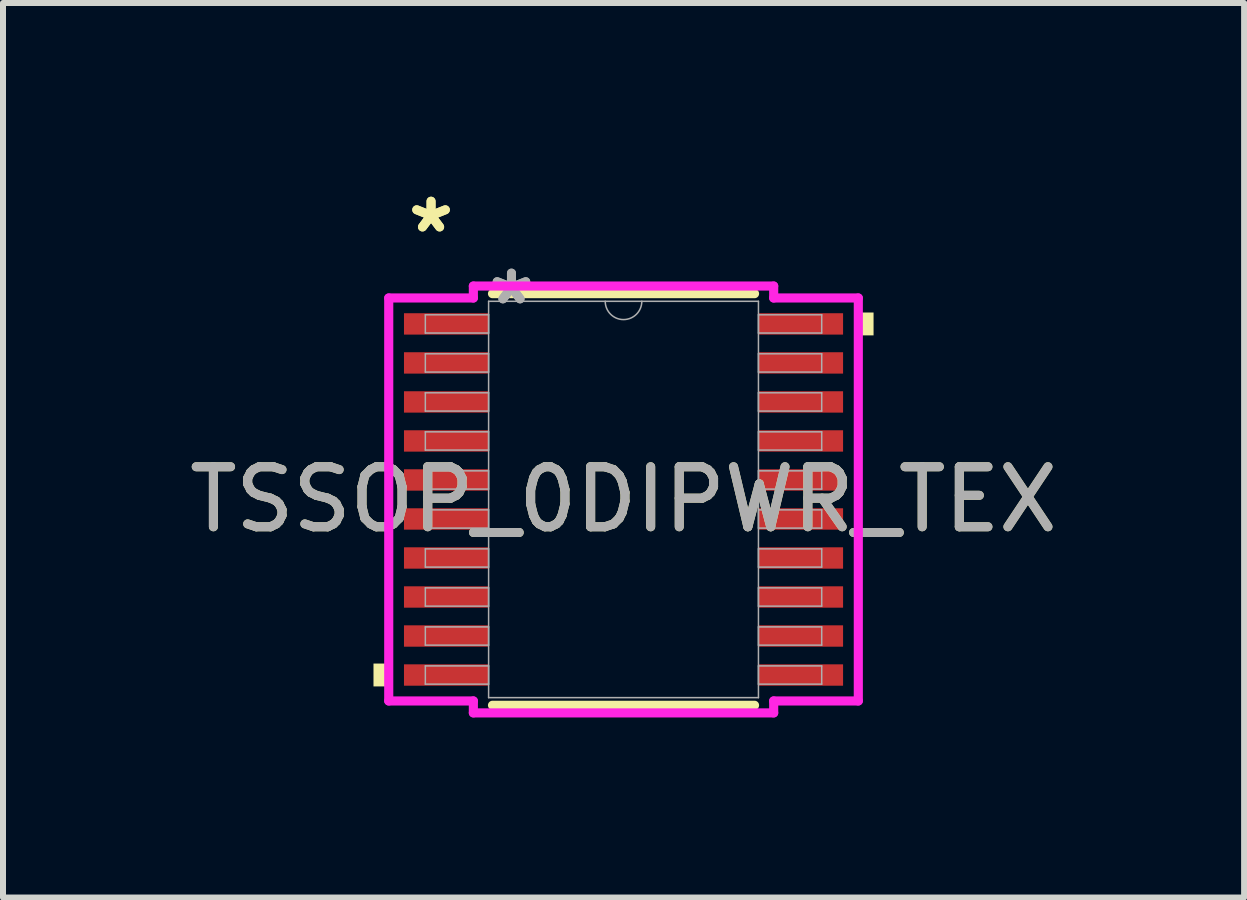
<source format=kicad_pcb>
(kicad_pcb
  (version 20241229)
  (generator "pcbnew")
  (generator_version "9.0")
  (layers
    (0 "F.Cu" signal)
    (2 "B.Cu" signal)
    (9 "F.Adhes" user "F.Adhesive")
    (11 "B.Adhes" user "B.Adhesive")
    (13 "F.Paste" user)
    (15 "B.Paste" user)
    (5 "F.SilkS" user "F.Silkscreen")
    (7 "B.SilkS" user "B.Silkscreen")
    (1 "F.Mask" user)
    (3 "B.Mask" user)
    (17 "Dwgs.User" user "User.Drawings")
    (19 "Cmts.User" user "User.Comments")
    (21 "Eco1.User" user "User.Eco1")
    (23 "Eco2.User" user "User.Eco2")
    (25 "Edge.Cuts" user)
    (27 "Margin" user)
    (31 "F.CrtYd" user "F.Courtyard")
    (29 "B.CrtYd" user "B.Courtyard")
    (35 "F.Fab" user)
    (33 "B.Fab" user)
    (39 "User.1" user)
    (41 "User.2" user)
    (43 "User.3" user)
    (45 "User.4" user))
  (footprint "TSSOP_0DIPWR_TEX"
    (layer "F.Cu")
    (at 7.339 5.272)
    (property "Reference" "TSSOP_0DIPWR_TEX" (at 0 0 0) (unlocked yes) (layer "F.SilkS") (effects (font (size 1 1) (thickness 0.15))))
    (attr smd)
    (fp_line (start -2.183 3.429) (end 2.183 3.429) (stroke (width 0.152) (type solid)) (layer "F.SilkS"))
    (fp_line (start 2.183 -3.429) (end -2.183 -3.429) (stroke (width 0.152) (type solid)) (layer "F.SilkS"))
    (fp_poly (pts (xy -4.166 2.734) (xy -4.166 3.115) (xy -3.912 3.115) (xy -3.912 2.734)) (stroke (width 0) (type solid)) (fill yes) (layer "F.SilkS"))
    (fp_poly (pts (xy 4.166 -3.115) (xy 4.166 -2.734) (xy 3.912 -2.734) (xy 3.912 -3.115)) (stroke (width 0) (type solid)) (fill yes) (layer "F.SilkS"))
    (fp_line (start -3.912 -3.357) (end -2.502 -3.357) (stroke (width 0.152) (type solid)) (layer "F.CrtYd"))
    (fp_line (start -3.912 3.357) (end -3.912 -3.357) (stroke (width 0.152) (type solid)) (layer "F.CrtYd"))
    (fp_line (start -3.912 3.357) (end -2.502 3.357) (stroke (width 0.152) (type solid)) (layer "F.CrtYd"))
    (fp_line (start -2.502 -3.556) (end 2.502 -3.556) (stroke (width 0.152) (type solid)) (layer "F.CrtYd"))
    (fp_line (start -2.502 -3.357) (end -2.502 -3.556) (stroke (width 0.152) (type solid)) (layer "F.CrtYd"))
    (fp_line (start -2.502 3.556) (end -2.502 3.357) (stroke (width 0.152) (type solid)) (layer "F.CrtYd"))
    (fp_line (start 2.502 -3.556) (end 2.502 -3.357) (stroke (width 0.152) (type solid)) (layer "F.CrtYd"))
    (fp_line (start 2.502 3.357) (end 2.502 3.556) (stroke (width 0.152) (type solid)) (layer "F.CrtYd"))
    (fp_line (start 2.502 3.556) (end -2.502 3.556) (stroke (width 0.152) (type solid)) (layer "F.CrtYd"))
    (fp_line (start 3.912 -3.357) (end 2.502 -3.357) (stroke (width 0.152) (type solid)) (layer "F.CrtYd"))
    (fp_line (start 3.912 -3.357) (end 3.912 3.357) (stroke (width 0.152) (type solid)) (layer "F.CrtYd"))
    (fp_line (start 3.912 3.357) (end 2.502 3.357) (stroke (width 0.152) (type solid)) (layer "F.CrtYd"))
    (fp_line (start -3.302 -3.077) (end -3.302 -2.773) (stroke (width 0.025) (type solid)) (layer "F.Fab"))
    (fp_line (start -3.302 -2.773) (end -2.248 -2.773) (stroke (width 0.025) (type solid)) (layer "F.Fab"))
    (fp_line (start -3.302 -2.427) (end -3.302 -2.123) (stroke (width 0.025) (type solid)) (layer "F.Fab"))
    (fp_line (start -3.302 -2.123) (end -2.248 -2.123) (stroke (width 0.025) (type solid)) (layer "F.Fab"))
    (fp_line (start -3.302 -1.777) (end -3.302 -1.473) (stroke (width 0.025) (type solid)) (layer "F.Fab"))
    (fp_line (start -3.302 -1.473) (end -2.248 -1.473) (stroke (width 0.025) (type solid)) (layer "F.Fab"))
    (fp_line (start -3.302 -1.127) (end -3.302 -0.823) (stroke (width 0.025) (type solid)) (layer "F.Fab"))
    (fp_line (start -3.302 -0.823) (end -2.248 -0.823) (stroke (width 0.025) (type solid)) (layer "F.Fab"))
    (fp_line (start -3.302 -0.477) (end -3.302 -0.173) (stroke (width 0.025) (type solid)) (layer "F.Fab"))
    (fp_line (start -3.302 -0.173) (end -2.248 -0.173) (stroke (width 0.025) (type solid)) (layer "F.Fab"))
    (fp_line (start -3.302 0.173) (end -3.302 0.477) (stroke (width 0.025) (type solid)) (layer "F.Fab"))
    (fp_line (start -3.302 0.477) (end -2.248 0.477) (stroke (width 0.025) (type solid)) (layer "F.Fab"))
    (fp_line (start -3.302 0.823) (end -3.302 1.127) (stroke (width 0.025) (type solid)) (layer "F.Fab"))
    (fp_line (start -3.302 1.127) (end -2.248 1.127) (stroke (width 0.025) (type solid)) (layer "F.Fab"))
    (fp_line (start -3.302 1.473) (end -3.302 1.777) (stroke (width 0.025) (type solid)) (layer "F.Fab"))
    (fp_line (start -3.302 1.777) (end -2.248 1.777) (stroke (width 0.025) (type solid)) (layer "F.Fab"))
    (fp_line (start -3.302 2.123) (end -3.302 2.427) (stroke (width 0.025) (type solid)) (layer "F.Fab"))
    (fp_line (start -3.302 2.427) (end -2.248 2.427) (stroke (width 0.025) (type solid)) (layer "F.Fab"))
    (fp_line (start -3.302 2.773) (end -3.302 3.077) (stroke (width 0.025) (type solid)) (layer "F.Fab"))
    (fp_line (start -3.302 3.077) (end -2.248 3.077) (stroke (width 0.025) (type solid)) (layer "F.Fab"))
    (fp_line (start -2.248 -3.302) (end -2.248 3.302) (stroke (width 0.025) (type solid)) (layer "F.Fab"))
    (fp_line (start -2.248 -3.077) (end -3.302 -3.077) (stroke (width 0.025) (type solid)) (layer "F.Fab"))
    (fp_line (start -2.248 -2.773) (end -2.248 -3.077) (stroke (width 0.025) (type solid)) (layer "F.Fab"))
    (fp_line (start -2.248 -2.427) (end -3.302 -2.427) (stroke (width 0.025) (type solid)) (layer "F.Fab"))
    (fp_line (start -2.248 -2.123) (end -2.248 -2.427) (stroke (width 0.025) (type solid)) (layer "F.Fab"))
    (fp_line (start -2.248 -1.777) (end -3.302 -1.777) (stroke (width 0.025) (type solid)) (layer "F.Fab"))
    (fp_line (start -2.248 -1.473) (end -2.248 -1.777) (stroke (width 0.025) (type solid)) (layer "F.Fab"))
    (fp_line (start -2.248 -1.127) (end -3.302 -1.127) (stroke (width 0.025) (type solid)) (layer "F.Fab"))
    (fp_line (start -2.248 -0.823) (end -2.248 -1.127) (stroke (width 0.025) (type solid)) (layer "F.Fab"))
    (fp_line (start -2.248 -0.477) (end -3.302 -0.477) (stroke (width 0.025) (type solid)) (layer "F.Fab"))
    (fp_line (start -2.248 -0.173) (end -2.248 -0.477) (stroke (width 0.025) (type solid)) (layer "F.Fab"))
    (fp_line (start -2.248 0.173) (end -3.302 0.173) (stroke (width 0.025) (type solid)) (layer "F.Fab"))
    (fp_line (start -2.248 0.477) (end -2.248 0.173) (stroke (width 0.025) (type solid)) (layer "F.Fab"))
    (fp_line (start -2.248 0.823) (end -3.302 0.823) (stroke (width 0.025) (type solid)) (layer "F.Fab"))
    (fp_line (start -2.248 1.127) (end -2.248 0.823) (stroke (width 0.025) (type solid)) (layer "F.Fab"))
    (fp_line (start -2.248 1.473) (end -3.302 1.473) (stroke (width 0.025) (type solid)) (layer "F.Fab"))
    (fp_line (start -2.248 1.777) (end -2.248 1.473) (stroke (width 0.025) (type solid)) (layer "F.Fab"))
    (fp_line (start -2.248 2.123) (end -3.302 2.123) (stroke (width 0.025) (type solid)) (layer "F.Fab"))
    (fp_line (start -2.248 2.427) (end -2.248 2.123) (stroke (width 0.025) (type solid)) (layer "F.Fab"))
    (fp_line (start -2.248 2.773) (end -3.302 2.773) (stroke (width 0.025) (type solid)) (layer "F.Fab"))
    (fp_line (start -2.248 3.077) (end -2.248 2.773) (stroke (width 0.025) (type solid)) (layer "F.Fab"))
    (fp_line (start -2.248 3.302) (end 2.248 3.302) (stroke (width 0.025) (type solid)) (layer "F.Fab"))
    (fp_line (start 2.248 -3.302) (end -2.248 -3.302) (stroke (width 0.025) (type solid)) (layer "F.Fab"))
    (fp_line (start 2.248 -3.077) (end 2.248 -2.773) (stroke (width 0.025) (type solid)) (layer "F.Fab"))
    (fp_line (start 2.248 -2.773) (end 3.302 -2.773) (stroke (width 0.025) (type solid)) (layer "F.Fab"))
    (fp_line (start 2.248 -2.427) (end 2.248 -2.123) (stroke (width 0.025) (type solid)) (layer "F.Fab"))
    (fp_line (start 2.248 -2.123) (end 3.302 -2.123) (stroke (width 0.025) (type solid)) (layer "F.Fab"))
    (fp_line (start 2.248 -1.777) (end 2.248 -1.473) (stroke (width 0.025) (type solid)) (layer "F.Fab"))
    (fp_line (start 2.248 -1.473) (end 3.302 -1.473) (stroke (width 0.025) (type solid)) (layer "F.Fab"))
    (fp_line (start 2.248 -1.127) (end 2.248 -0.823) (stroke (width 0.025) (type solid)) (layer "F.Fab"))
    (fp_line (start 2.248 -0.823) (end 3.302 -0.823) (stroke (width 0.025) (type solid)) (layer "F.Fab"))
    (fp_line (start 2.248 -0.477) (end 2.248 -0.173) (stroke (width 0.025) (type solid)) (layer "F.Fab"))
    (fp_line (start 2.248 -0.173) (end 3.302 -0.173) (stroke (width 0.025) (type solid)) (layer "F.Fab"))
    (fp_line (start 2.248 0.173) (end 2.248 0.477) (stroke (width 0.025) (type solid)) (layer "F.Fab"))
    (fp_line (start 2.248 0.477) (end 3.302 0.477) (stroke (width 0.025) (type solid)) (layer "F.Fab"))
    (fp_line (start 2.248 0.823) (end 2.248 1.127) (stroke (width 0.025) (type solid)) (layer "F.Fab"))
    (fp_line (start 2.248 1.127) (end 3.302 1.127) (stroke (width 0.025) (type solid)) (layer "F.Fab"))
    (fp_line (start 2.248 1.473) (end 2.248 1.777) (stroke (width 0.025) (type solid)) (layer "F.Fab"))
    (fp_line (start 2.248 1.777) (end 3.302 1.777) (stroke (width 0.025) (type solid)) (layer "F.Fab"))
    (fp_line (start 2.248 2.123) (end 2.248 2.427) (stroke (width 0.025) (type solid)) (layer "F.Fab"))
    (fp_line (start 2.248 2.427) (end 3.302 2.427) (stroke (width 0.025) (type solid)) (layer "F.Fab"))
    (fp_line (start 2.248 2.773) (end 2.248 3.077) (stroke (width 0.025) (type solid)) (layer "F.Fab"))
    (fp_line (start 2.248 3.077) (end 3.302 3.077) (stroke (width 0.025) (type solid)) (layer "F.Fab"))
    (fp_line (start 2.248 3.302) (end 2.248 -3.302) (stroke (width 0.025) (type solid)) (layer "F.Fab"))
    (fp_line (start 3.302 -3.077) (end 2.248 -3.077) (stroke (width 0.025) (type solid)) (layer "F.Fab"))
    (fp_line (start 3.302 -2.773) (end 3.302 -3.077) (stroke (width 0.025) (type solid)) (layer "F.Fab"))
    (fp_line (start 3.302 -2.427) (end 2.248 -2.427) (stroke (width 0.025) (type solid)) (layer "F.Fab"))
    (fp_line (start 3.302 -2.123) (end 3.302 -2.427) (stroke (width 0.025) (type solid)) (layer "F.Fab"))
    (fp_line (start 3.302 -1.777) (end 2.248 -1.777) (stroke (width 0.025) (type solid)) (layer "F.Fab"))
    (fp_line (start 3.302 -1.473) (end 3.302 -1.777) (stroke (width 0.025) (type solid)) (layer "F.Fab"))
    (fp_line (start 3.302 -1.127) (end 2.248 -1.127) (stroke (width 0.025) (type solid)) (layer "F.Fab"))
    (fp_line (start 3.302 -0.823) (end 3.302 -1.127) (stroke (width 0.025) (type solid)) (layer "F.Fab"))
    (fp_line (start 3.302 -0.477) (end 2.248 -0.477) (stroke (width 0.025) (type solid)) (layer "F.Fab"))
    (fp_line (start 3.302 -0.173) (end 3.302 -0.477) (stroke (width 0.025) (type solid)) (layer "F.Fab"))
    (fp_line (start 3.302 0.173) (end 2.248 0.173) (stroke (width 0.025) (type solid)) (layer "F.Fab"))
    (fp_line (start 3.302 0.477) (end 3.302 0.173) (stroke (width 0.025) (type solid)) (layer "F.Fab"))
    (fp_line (start 3.302 0.823) (end 2.248 0.823) (stroke (width 0.025) (type solid)) (layer "F.Fab"))
    (fp_line (start 3.302 1.127) (end 3.302 0.823) (stroke (width 0.025) (type solid)) (layer "F.Fab"))
    (fp_line (start 3.302 1.473) (end 2.248 1.473) (stroke (width 0.025) (type solid)) (layer "F.Fab"))
    (fp_line (start 3.302 1.777) (end 3.302 1.473) (stroke (width 0.025) (type solid)) (layer "F.Fab"))
    (fp_line (start 3.302 2.123) (end 2.248 2.123) (stroke (width 0.025) (type solid)) (layer "F.Fab"))
    (fp_line (start 3.302 2.427) (end 3.302 2.123) (stroke (width 0.025) (type solid)) (layer "F.Fab"))
    (fp_line (start 3.302 2.773) (end 2.248 2.773) (stroke (width 0.025) (type solid)) (layer "F.Fab"))
    (fp_line (start 3.302 3.077) (end 3.302 2.773) (stroke (width 0.025) (type solid)) (layer "F.Fab"))
    (fp_arc (start 0.3048 -3.302) (mid 0 -2.9972) (end -0.3048 -3.302) (stroke (width 0.0254) (type solid)) (layer "F.Fab"))
    (fp_text user "*" (at -3.207 -4.424 0) (layer "F.SilkS") (effects (font (size 1 1) (thickness 0.15))))
    (fp_text user "*" (at -3.207 -4.424 0) (unlocked yes) (layer "F.SilkS") (effects (font (size 1 1) (thickness 0.15))))
    (fp_text user "*" (at -1.867 -3.226 0) (layer "F.Fab") (effects (font (size 1 1) (thickness 0.15))))
    (fp_text user "${REFERENCE}" (at 0 0 0) (unlocked yes) (layer "F.Fab") (effects (font (size 1 1) (thickness 0.15))))
    (fp_text user "*" (at -1.867 -3.226 0) (unlocked yes) (layer "F.Fab") (effects (font (size 1 1) (thickness 0.15))))
    (pad "1" smd rect (at -2.953 -2.925) (size 1.41 0.356) (layers "F.Cu" "F.Mask" "F.Paste"))
    (pad "2" smd rect (at -2.953 -2.275) (size 1.41 0.356) (layers "F.Cu" "F.Mask" "F.Paste"))
    (pad "3" smd rect (at -2.953 -1.625) (size 1.41 0.356) (layers "F.Cu" "F.Mask" "F.Paste"))
    (pad "4" smd rect (at -2.953 -0.975) (size 1.41 0.356) (layers "F.Cu" "F.Mask" "F.Paste"))
    (pad "5" smd rect (at -2.953 -0.325) (size 1.41 0.356) (layers "F.Cu" "F.Mask" "F.Paste"))
    (pad "6" smd rect (at -2.953 0.325) (size 1.41 0.356) (layers "F.Cu" "F.Mask" "F.Paste"))
    (pad "7" smd rect (at -2.953 0.975) (size 1.41 0.356) (layers "F.Cu" "F.Mask" "F.Paste"))
    (pad "8" smd rect (at -2.953 1.625) (size 1.41 0.356) (layers "F.Cu" "F.Mask" "F.Paste"))
    (pad "9" smd rect (at -2.953 2.275) (size 1.41 0.356) (layers "F.Cu" "F.Mask" "F.Paste"))
    (pad "10" smd rect (at -2.953 2.925) (size 1.41 0.356) (layers "F.Cu" "F.Mask" "F.Paste"))
    (pad "11" smd rect (at 2.953 2.925) (size 1.41 0.356) (layers "F.Cu" "F.Mask" "F.Paste"))
    (pad "12" smd rect (at 2.953 2.275) (size 1.41 0.356) (layers "F.Cu" "F.Mask" "F.Paste"))
    (pad "13" smd rect (at 2.953 1.625) (size 1.41 0.356) (layers "F.Cu" "F.Mask" "F.Paste"))
    (pad "14" smd rect (at 2.953 0.975) (size 1.41 0.356) (layers "F.Cu" "F.Mask" "F.Paste"))
    (pad "15" smd rect (at 2.953 0.325) (size 1.41 0.356) (layers "F.Cu" "F.Mask" "F.Paste"))
    (pad "16" smd rect (at 2.953 -0.325) (size 1.41 0.356) (layers "F.Cu" "F.Mask" "F.Paste"))
    (pad "17" smd rect (at 2.953 -0.975) (size 1.41 0.356) (layers "F.Cu" "F.Mask" "F.Paste"))
    (pad "18" smd rect (at 2.953 -1.625) (size 1.41 0.356) (layers "F.Cu" "F.Mask" "F.Paste"))
    (pad "19" smd rect (at 2.953 -2.275) (size 1.41 0.356) (layers "F.Cu" "F.Mask" "F.Paste"))
    (pad "20" smd rect (at 2.953 -2.925) (size 1.41 0.356) (layers "F.Cu" "F.Mask" "F.Paste")))
  (gr_rect
    (start -3 -3)
    (end 17.679 11.904)
    (stroke (width 0.1) (type default))
    (fill no)
    (layer "Edge.Cuts")))
</source>
